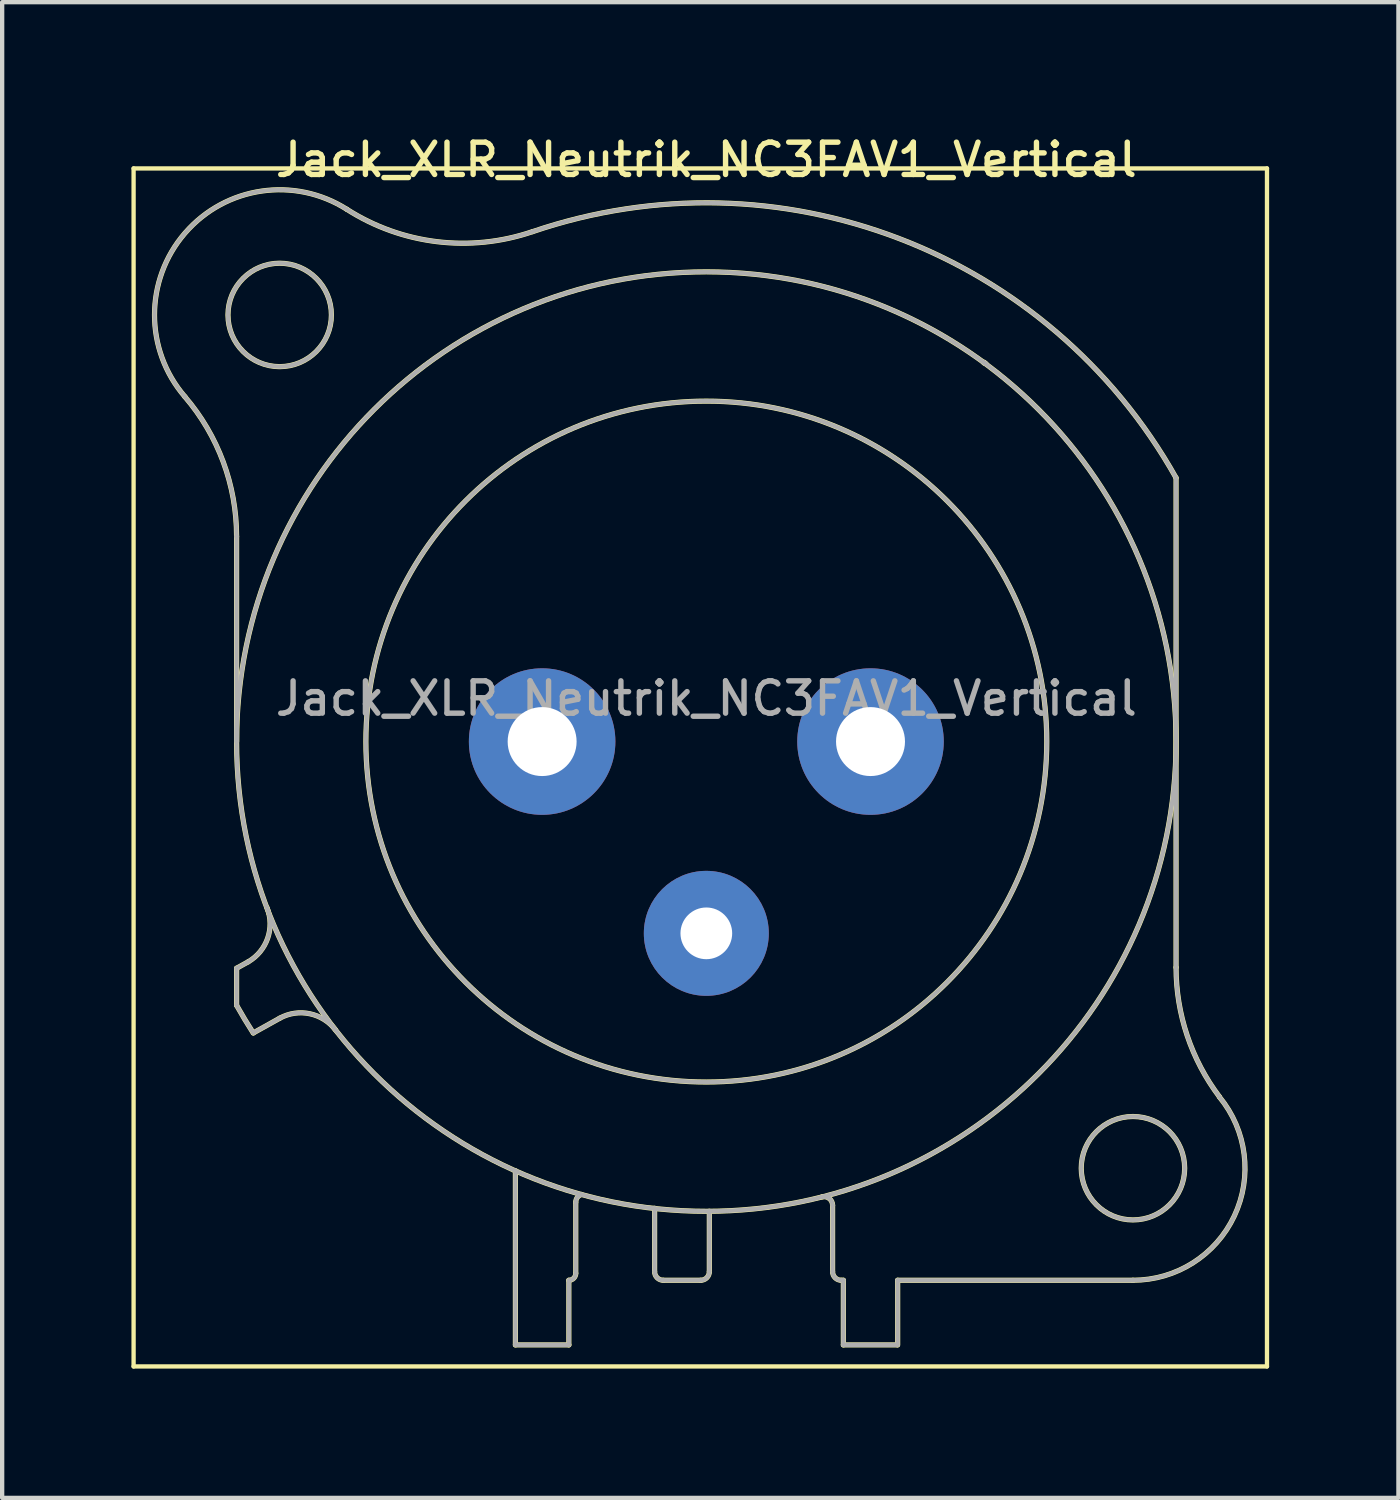
<source format=kicad_pcb>
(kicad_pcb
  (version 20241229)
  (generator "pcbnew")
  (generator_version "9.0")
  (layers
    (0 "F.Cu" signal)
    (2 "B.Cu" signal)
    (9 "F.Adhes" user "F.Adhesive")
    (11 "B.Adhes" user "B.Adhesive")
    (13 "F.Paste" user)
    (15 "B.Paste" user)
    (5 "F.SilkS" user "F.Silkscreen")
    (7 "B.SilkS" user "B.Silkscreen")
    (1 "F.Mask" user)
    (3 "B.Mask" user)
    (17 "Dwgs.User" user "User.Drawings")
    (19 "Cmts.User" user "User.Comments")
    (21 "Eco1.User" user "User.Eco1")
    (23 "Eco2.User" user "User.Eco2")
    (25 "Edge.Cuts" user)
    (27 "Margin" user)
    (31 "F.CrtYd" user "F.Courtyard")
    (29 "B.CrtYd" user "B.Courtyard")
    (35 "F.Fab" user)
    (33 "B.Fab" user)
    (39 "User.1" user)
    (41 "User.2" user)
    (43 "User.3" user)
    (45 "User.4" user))
  (footprint "Jack_XLR_Neutrik_NC3FAV1_Vertical"
    (layer "F.Cu")
    (at 17.15 14.158)
    (property "Reference" "Jack_XLR_Neutrik_NC3FAV1_Vertical" (at -3.81 -13.5 0) (layer "F.SilkS") (effects (font (size 0.75 0.75) (thickness 0.125))))
    (attr through_hole)
    (fp_line (start -17.1 -13.3) (end 9.2 -13.3) (stroke (width 0.1) (type solid)) (layer "F.SilkS"))
    (fp_line (start -17.1 14.5) (end -17.1 -13.3) (stroke (width 0.1) (type solid)) (layer "F.SilkS"))
    (fp_line (start -14.71 0) (end -14.71 -4.76) (stroke (width 0.12) (type solid)) (layer "F.SilkS"))
    (fp_line (start -14.71 5.26) (end -14.71 6.12) (stroke (width 0.12) (type solid)) (layer "F.SilkS"))
    (fp_line (start -14.44 5.11) (end -14.71 5.26) (stroke (width 0.12) (type solid)) (layer "F.SilkS"))
    (fp_line (start -14.32 6.76) (end -13.71 6.42) (stroke (width 0.12) (type solid)) (layer "F.SilkS"))
    (fp_line (start -8.24 9.96) (end -8.24 14) (stroke (width 0.12) (type solid)) (layer "F.SilkS"))
    (fp_line (start -7 12.5) (end -7 14) (stroke (width 0.12) (type solid)) (layer "F.SilkS"))
    (fp_line (start -7 14) (end -8.24 14) (stroke (width 0.12) (type solid)) (layer "F.SilkS"))
    (fp_line (start -6.84 12.34) (end -6.84 10.69) (stroke (width 0.12) (type solid)) (layer "F.SilkS"))
    (fp_line (start -5.01 10.83) (end -5.01 12.3) (stroke (width 0.12) (type solid)) (layer "F.SilkS"))
    (fp_line (start -3.94 12.5) (end -4.81 12.5) (stroke (width 0.12) (type solid)) (layer "F.SilkS"))
    (fp_line (start -3.74 10.9) (end -3.74 12.3) (stroke (width 0.12) (type solid)) (layer "F.SilkS"))
    (fp_line (start -0.88 12.3) (end -0.88 10.76) (stroke (width 0.12) (type solid)) (layer "F.SilkS"))
    (fp_line (start -0.63 12.5) (end -0.68 12.5) (stroke (width 0.12) (type solid)) (layer "F.SilkS"))
    (fp_line (start -0.63 12.5) (end -0.63 14) (stroke (width 0.12) (type solid)) (layer "F.SilkS"))
    (fp_line (start 0.62 14) (end -0.63 14) (stroke (width 0.12) (type solid)) (layer "F.SilkS"))
    (fp_line (start 0.63 12.5) (end 6.09 12.5) (stroke (width 0.12) (type solid)) (layer "F.SilkS"))
    (fp_line (start 0.63 14) (end 0.63 12.5) (stroke (width 0.12) (type solid)) (layer "F.SilkS"))
    (fp_line (start 7.09 5.24) (end 7.09 -6.12) (stroke (width 0.12) (type solid)) (layer "F.SilkS"))
    (fp_line (start 9.2 -13.3) (end 9.2 14.5) (stroke (width 0.1) (type solid)) (layer "F.SilkS"))
    (fp_line (start 9.2 14.5) (end -17.1 14.5) (stroke (width 0.1) (type solid)) (layer "F.SilkS"))
    (fp_arc (start -15.908829 -8.000856) (mid -15.019313 -6.48774) (end -14.71 -4.76) (stroke (width 0.12) (type solid)) (layer "F.SilkS"))
    (fp_arc (start -15.908236 -8.001617) (mid -15.907486 -11.799251) (end -12.15 -12.35) (stroke (width 0.12) (type solid)) (layer "F.SilkS"))
    (fp_arc (start -14.32314 6.763008) (mid -14.521396 6.444407) (end -14.71 6.12) (stroke (width 0.12) (type solid)) (layer "F.SilkS"))
    (fp_arc (start -14.004283 3.855674) (mid -13.989213 4.56375) (end -14.44 5.11) (stroke (width 0.12) (type solid)) (layer "F.SilkS"))
    (fp_arc (start -13.71 6.42) (mid -13.01025 6.315915) (end -12.412202 6.693832) (stroke (width 0.12) (type solid)) (layer "F.SilkS"))
    (fp_arc (start -7.848035 -11.831177) (mid -10.058192 -11.599923) (end -12.15 -12.35) (stroke (width 0.12) (type solid)) (layer "F.SilkS"))
    (fp_arc (start -7.841153 -11.83276) (mid 0.657009 -11.675197) (end 7.09 -6.12) (stroke (width 0.12) (type solid)) (layer "F.SilkS"))
    (fp_arc (start -6.84 10.69) (mid -6.803713 10.578321) (end -6.708713 10.509299) (stroke (width 0.12) (type solid)) (layer "F.SilkS"))
    (fp_arc (start -6.84 12.34) (mid -6.886863 12.453137) (end -7 12.5) (stroke (width 0.12) (type solid)) (layer "F.SilkS"))
    (fp_arc (start -4.81 12.5) (mid -4.951421 12.441421) (end -5.01 12.3) (stroke (width 0.12) (type solid)) (layer "F.SilkS"))
    (fp_arc (start -3.74 12.3) (mid -3.798579 12.441421) (end -3.94 12.5) (stroke (width 0.12) (type solid)) (layer "F.SilkS"))
    (fp_arc (start -1.1294 10.566197) (mid -0.957281 10.602076) (end -0.88 10.76) (stroke (width 0.12) (type solid)) (layer "F.SilkS"))
    (fp_arc (start -0.68 12.5) (mid -0.821421 12.441421) (end -0.88 12.3) (stroke (width 0.12) (type solid)) (layer "F.SilkS"))
    (fp_arc (start 2.636924 -8.782671) (mid 2.628394 -8.791269) (end 2.62 -8.8) (stroke (width 0.12) (type solid)) (layer "F.SilkS"))
    (fp_arc (start 2.680052 -8.767734) (mid 2.65973 -8.7835) (end 2.64 -8.8) (stroke (width 0.12) (type solid)) (layer "F.SilkS"))
    (fp_arc (start 8.095865 8.245761) (mid 8.441704 11.008824) (end 6.09 12.5) (stroke (width 0.12) (type solid)) (layer "F.SilkS"))
    (fp_arc (start 8.098032 8.243976) (mid 7.348729 6.824298) (end 7.09 5.24) (stroke (width 0.12) (type solid)) (layer "F.SilkS"))
    (fp_circle (center -13.71 -9.9) (end -12.51 -9.9) (stroke (width 0.12) (type solid)) (fill no) (layer "F.SilkS"))
    (fp_circle (center -3.81 0) (end 4.09 0) (stroke (width 0.12) (type solid)) (fill no) (layer "F.SilkS"))
    (fp_circle (center -3.81 0) (end 7.09 0) (stroke (width 0.12) (type solid)) (fill no) (layer "F.SilkS"))
    (fp_circle (center 6.09 9.9) (end 7.29 9.9) (stroke (width 0.12) (type solid)) (fill no) (layer "F.SilkS"))
    (fp_line (start -14.71 0) (end -14.71 -4.76) (stroke (width 0.1) (type solid)) (layer "F.Fab"))
    (fp_line (start -14.71 5.26) (end -14.71 6.12) (stroke (width 0.1) (type solid)) (layer "F.Fab"))
    (fp_line (start -14.44 5.11) (end -14.71 5.26) (stroke (width 0.1) (type solid)) (layer "F.Fab"))
    (fp_line (start -14.32 6.76) (end -13.71 6.42) (stroke (width 0.1) (type solid)) (layer "F.Fab"))
    (fp_line (start -8.24 9.96) (end -8.24 14) (stroke (width 0.1) (type solid)) (layer "F.Fab"))
    (fp_line (start -7 12.5) (end -7 14) (stroke (width 0.1) (type solid)) (layer "F.Fab"))
    (fp_line (start -7 14) (end -8.24 14) (stroke (width 0.1) (type solid)) (layer "F.Fab"))
    (fp_line (start -6.84 12.34) (end -6.84 10.69) (stroke (width 0.1) (type solid)) (layer "F.Fab"))
    (fp_line (start -5.01 10.83) (end -5.01 12.3) (stroke (width 0.1) (type solid)) (layer "F.Fab"))
    (fp_line (start -3.94 12.5) (end -4.81 12.5) (stroke (width 0.1) (type solid)) (layer "F.Fab"))
    (fp_line (start -3.74 10.9) (end -3.74 12.3) (stroke (width 0.1) (type solid)) (layer "F.Fab"))
    (fp_line (start -0.88 12.3) (end -0.88 10.76) (stroke (width 0.1) (type solid)) (layer "F.Fab"))
    (fp_line (start -0.63 12.5) (end -0.68 12.5) (stroke (width 0.1) (type solid)) (layer "F.Fab"))
    (fp_line (start -0.63 12.5) (end -0.63 14) (stroke (width 0.1) (type solid)) (layer "F.Fab"))
    (fp_line (start 0.62 14) (end -0.63 14) (stroke (width 0.1) (type solid)) (layer "F.Fab"))
    (fp_line (start 0.63 12.5) (end 6.09 12.5) (stroke (width 0.1) (type solid)) (layer "F.Fab"))
    (fp_line (start 0.63 14) (end 0.63 12.5) (stroke (width 0.1) (type solid)) (layer "F.Fab"))
    (fp_line (start 7.09 5.24) (end 7.09 -6.12) (stroke (width 0.1) (type solid)) (layer "F.Fab"))
    (fp_arc (start -15.908829 -8.000856) (mid -15.019313 -6.48774) (end -14.71 -4.76) (stroke (width 0.1) (type solid)) (layer "F.Fab"))
    (fp_arc (start -15.908236 -8.001617) (mid -15.907486 -11.799251) (end -12.15 -12.35) (stroke (width 0.1) (type solid)) (layer "F.Fab"))
    (fp_arc (start -14.32314 6.763008) (mid -14.521396 6.444407) (end -14.71 6.12) (stroke (width 0.1) (type solid)) (layer "F.Fab"))
    (fp_arc (start -14.004283 3.855674) (mid -13.989213 4.56375) (end -14.44 5.11) (stroke (width 0.1) (type solid)) (layer "F.Fab"))
    (fp_arc (start -13.71 6.42) (mid -13.01025 6.315915) (end -12.412202 6.693832) (stroke (width 0.1) (type solid)) (layer "F.Fab"))
    (fp_arc (start -7.848035 -11.831177) (mid -10.058192 -11.599923) (end -12.15 -12.35) (stroke (width 0.1) (type solid)) (layer "F.Fab"))
    (fp_arc (start -7.841153 -11.83276) (mid 0.657009 -11.675197) (end 7.09 -6.12) (stroke (width 0.1) (type solid)) (layer "F.Fab"))
    (fp_arc (start -6.84 10.69) (mid -6.803713 10.578321) (end -6.708713 10.509299) (stroke (width 0.1) (type solid)) (layer "F.Fab"))
    (fp_arc (start -6.84 12.34) (mid -6.886863 12.453137) (end -7 12.5) (stroke (width 0.1) (type solid)) (layer "F.Fab"))
    (fp_arc (start -4.81 12.5) (mid -4.951421 12.441421) (end -5.01 12.3) (stroke (width 0.1) (type solid)) (layer "F.Fab"))
    (fp_arc (start -3.74 12.3) (mid -3.798579 12.441421) (end -3.94 12.5) (stroke (width 0.1) (type solid)) (layer "F.Fab"))
    (fp_arc (start -1.1294 10.566197) (mid -0.957281 10.602076) (end -0.88 10.76) (stroke (width 0.1) (type solid)) (layer "F.Fab"))
    (fp_arc (start -0.68 12.5) (mid -0.821421 12.441421) (end -0.88 12.3) (stroke (width 0.1) (type solid)) (layer "F.Fab"))
    (fp_arc (start 2.636924 -8.782671) (mid 2.628394 -8.791269) (end 2.62 -8.8) (stroke (width 0.1) (type solid)) (layer "F.Fab"))
    (fp_arc (start 2.680052 -8.767734) (mid 2.65973 -8.7835) (end 2.64 -8.8) (stroke (width 0.1) (type solid)) (layer "F.Fab"))
    (fp_arc (start 8.095865 8.245761) (mid 8.441704 11.008824) (end 6.09 12.5) (stroke (width 0.1) (type solid)) (layer "F.Fab"))
    (fp_arc (start 8.098032 8.243976) (mid 7.348729 6.824298) (end 7.09 5.24) (stroke (width 0.1) (type solid)) (layer "F.Fab"))
    (fp_circle (center -13.71 -9.9) (end -12.51 -9.9) (stroke (width 0.1) (type solid)) (fill no) (layer "F.Fab"))
    (fp_circle (center -3.81 0) (end 4.09 0) (stroke (width 0.1) (type solid)) (fill no) (layer "F.Fab"))
    (fp_circle (center -3.81 0) (end 7.09 0) (stroke (width 0.1) (type solid)) (fill no) (layer "F.Fab"))
    (fp_circle (center 6.09 9.9) (end 7.29 9.9) (stroke (width 0.1) (type solid)) (fill no) (layer "F.Fab"))
    (fp_text user "${REFERENCE}" (at -3.81 -1 0) (layer "F.Fab") (effects (font (size 0.75 0.75) (thickness 0.125))))
    (pad "1" thru_hole circle (at 0 0) (size 3.4 3.4) (drill 1.6) (layers "*.Cu" "*.Mask"))
    (pad "2" thru_hole circle (at -7.62 0) (size 3.4 3.4) (drill 1.6) (layers "*.Cu" "*.Mask"))
    (pad "3" thru_hole circle (at -3.81 4.45) (size 2.9 2.9) (drill 1.2) (layers "*.Cu" "*.Mask")))
  (gr_rect
    (start -3 -3)
    (end 29.4 31.708)
    (stroke (width 0.1) (type default))
    (fill no)
    (layer "Edge.Cuts")))
</source>
